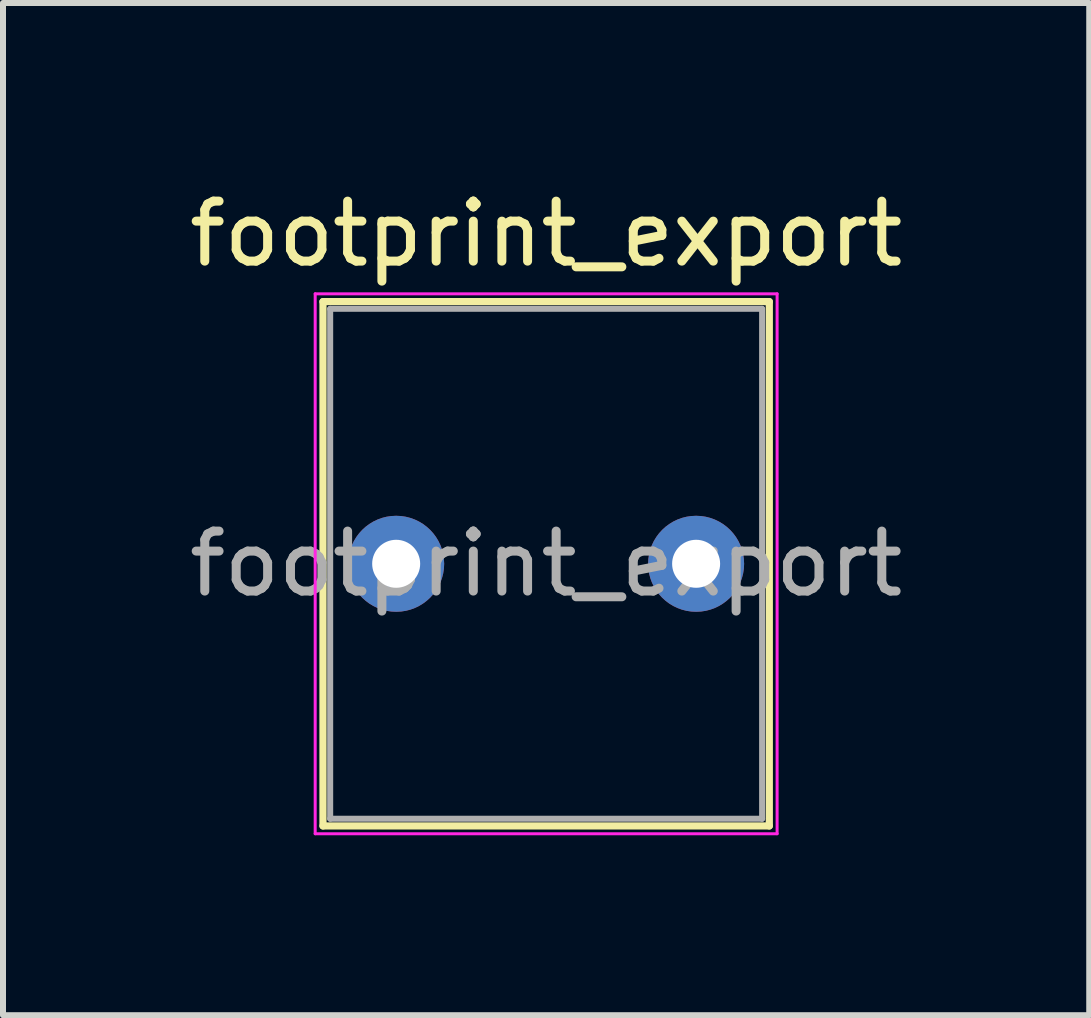
<source format=kicad_pcb>
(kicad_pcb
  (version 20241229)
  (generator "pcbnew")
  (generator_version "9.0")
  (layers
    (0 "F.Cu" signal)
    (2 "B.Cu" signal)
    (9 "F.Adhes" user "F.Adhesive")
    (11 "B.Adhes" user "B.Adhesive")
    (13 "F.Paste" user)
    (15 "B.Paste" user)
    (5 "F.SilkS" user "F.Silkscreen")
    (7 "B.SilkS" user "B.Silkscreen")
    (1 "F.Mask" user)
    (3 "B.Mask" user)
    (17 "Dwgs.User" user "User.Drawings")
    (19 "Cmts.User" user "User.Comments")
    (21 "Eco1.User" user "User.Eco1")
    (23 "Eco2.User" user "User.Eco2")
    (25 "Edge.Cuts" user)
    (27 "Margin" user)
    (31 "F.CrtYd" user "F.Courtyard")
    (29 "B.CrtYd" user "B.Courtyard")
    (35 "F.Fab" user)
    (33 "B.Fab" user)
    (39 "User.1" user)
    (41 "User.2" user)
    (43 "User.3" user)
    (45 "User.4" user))
  (footprint "footprint_export"
    (layer "F.Cu")
    (at 3.554 6.348)
    (property "Reference" "footprint_export" (at 2.5 -5.5 0) (layer "F.SilkS") (effects (font (size 1 1) (thickness 0.15))))
    (attr through_hole)
    (fp_line (start -1.22 -4.37) (end -1.22 4.37) (stroke (width 0.12) (type solid)) (layer "F.SilkS"))
    (fp_line (start -1.22 -4.37) (end 6.22 -4.37) (stroke (width 0.12) (type solid)) (layer "F.SilkS"))
    (fp_line (start -1.22 4.37) (end 6.22 4.37) (stroke (width 0.12) (type solid)) (layer "F.SilkS"))
    (fp_line (start 6.22 -4.37) (end 6.22 4.37) (stroke (width 0.12) (type solid)) (layer "F.SilkS"))
    (fp_line (start -1.35 -4.5) (end -1.35 4.5) (stroke (width 0.05) (type solid)) (layer "F.CrtYd"))
    (fp_line (start -1.35 4.5) (end 6.35 4.5) (stroke (width 0.05) (type solid)) (layer "F.CrtYd"))
    (fp_line (start 6.35 -4.5) (end -1.35 -4.5) (stroke (width 0.05) (type solid)) (layer "F.CrtYd"))
    (fp_line (start 6.35 4.5) (end 6.35 -4.5) (stroke (width 0.05) (type solid)) (layer "F.CrtYd"))
    (fp_line (start -1.1 -4.25) (end -1.1 4.25) (stroke (width 0.1) (type solid)) (layer "F.Fab"))
    (fp_line (start -1.1 4.25) (end 6.1 4.25) (stroke (width 0.1) (type solid)) (layer "F.Fab"))
    (fp_line (start 6.1 -4.25) (end -1.1 -4.25) (stroke (width 0.1) (type solid)) (layer "F.Fab"))
    (fp_line (start 6.1 4.25) (end 6.1 -4.25) (stroke (width 0.1) (type solid)) (layer "F.Fab"))
    (fp_text user "${REFERENCE}" (at 2.5 0 0) (layer "F.Fab") (effects (font (size 1 1) (thickness 0.15))))
    (pad "1" thru_hole circle (at 0 0) (size 1.6 1.6) (drill 0.8) (layers "*.Cu" "*.Mask"))
    (pad "2" thru_hole circle (at 5 0) (size 1.6 1.6) (drill 0.8) (layers "*.Cu" "*.Mask")))
  (gr_rect
    (start -3 -3)
    (end 15.107 13.873)
    (stroke (width 0.1) (type default))
    (fill no)
    (layer "Edge.Cuts")))
</source>
